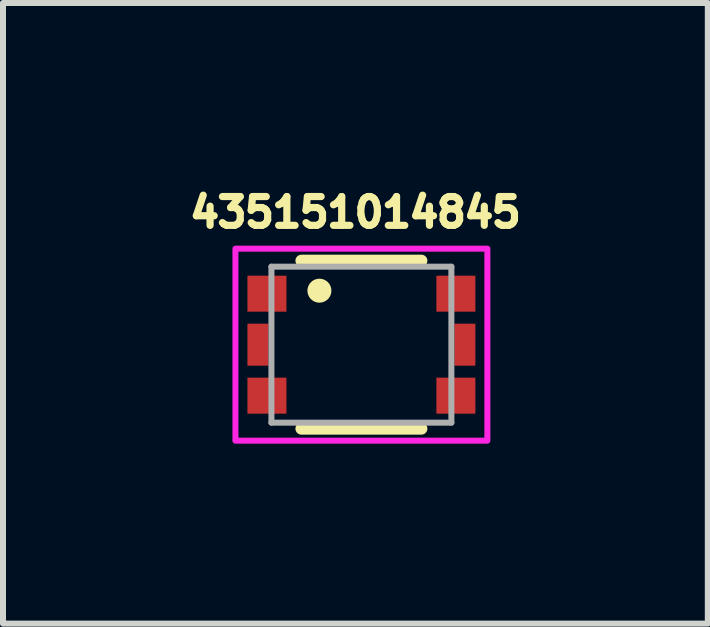
<source format=kicad_pcb>
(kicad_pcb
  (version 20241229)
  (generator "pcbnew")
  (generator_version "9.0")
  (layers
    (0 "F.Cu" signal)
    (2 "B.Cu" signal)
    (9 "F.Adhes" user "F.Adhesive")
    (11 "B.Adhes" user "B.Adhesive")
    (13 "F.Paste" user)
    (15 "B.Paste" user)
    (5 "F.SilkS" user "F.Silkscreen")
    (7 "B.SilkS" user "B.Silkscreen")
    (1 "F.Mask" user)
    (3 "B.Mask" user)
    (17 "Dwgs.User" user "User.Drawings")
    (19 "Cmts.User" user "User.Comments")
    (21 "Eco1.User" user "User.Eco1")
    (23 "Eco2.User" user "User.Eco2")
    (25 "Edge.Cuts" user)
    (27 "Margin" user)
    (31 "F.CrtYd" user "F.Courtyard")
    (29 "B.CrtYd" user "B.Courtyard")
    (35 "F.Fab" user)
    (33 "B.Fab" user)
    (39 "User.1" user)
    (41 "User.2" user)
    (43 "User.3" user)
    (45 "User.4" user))
  (footprint "435151014845"
    (layer "F.Cu")
    (at 2.975 2.696)
    (property "Reference" "435151014845" (at -0.1 -2.205 0) (layer "F.SilkS") (effects (font (size 0.48 0.48) (thickness 0.15))))
    (attr smd)
    (fp_line (start -1 -1.4) (end 1 -1.4) (stroke (width 0.2) (type solid)) (layer "F.SilkS"))
    (fp_line (start -1 1.4) (end 1 1.4) (stroke (width 0.2) (type solid)) (layer "F.SilkS"))
    (fp_circle (center -0.7 -0.9) (end -0.6 -0.9) (stroke (width 0.2) (type solid)) (fill no) (layer "F.SilkS"))
    (fp_poly (pts (xy -2.1 -1.6) (xy 2.1 -1.6) (xy 2.1 1.6) (xy -2.1 1.6)) (stroke (width 0.1) (type solid)) (fill no) (layer "F.CrtYd"))
    (fp_line (start -1.5 -1.3) (end 1.5 -1.3) (stroke (width 0.1) (type solid)) (layer "F.Fab"))
    (fp_line (start -1.5 1.3) (end -1.5 -1.3) (stroke (width 0.1) (type solid)) (layer "F.Fab"))
    (fp_line (start 1.5 -1.3) (end 1.5 1.3) (stroke (width 0.1) (type solid)) (layer "F.Fab"))
    (fp_line (start 1.5 1.3) (end -1.5 1.3) (stroke (width 0.1) (type solid)) (layer "F.Fab"))
    (pad "1" smd rect (at -1.575 -0.85) (size 0.65 0.6) (layers "F.Cu" "F.Mask" "F.Paste"))
    (pad "2" smd rect (at 1.575 -0.85) (size 0.65 0.6) (layers "F.Cu" "F.Mask" "F.Paste"))
    (pad "3" smd rect (at -1.575 0.85) (size 0.65 0.6) (layers "F.Cu" "F.Mask" "F.Paste"))
    (pad "4" smd rect (at 1.575 0.85) (size 0.65 0.6) (layers "F.Cu" "F.Mask" "F.Paste"))
    (pad "5" smd rect (at -1.725 0) (size 0.35 0.7) (layers "F.Cu" "F.Mask" "F.Paste"))
    (pad "6" smd rect (at 1.725 0) (size 0.35 0.7) (layers "F.Cu" "F.Mask" "F.Paste")))
  (gr_rect
    (start -3 -3)
    (end 8.75 7.346)
    (stroke (width 0.1) (type default))
    (fill no)
    (layer "Edge.Cuts")))
</source>
